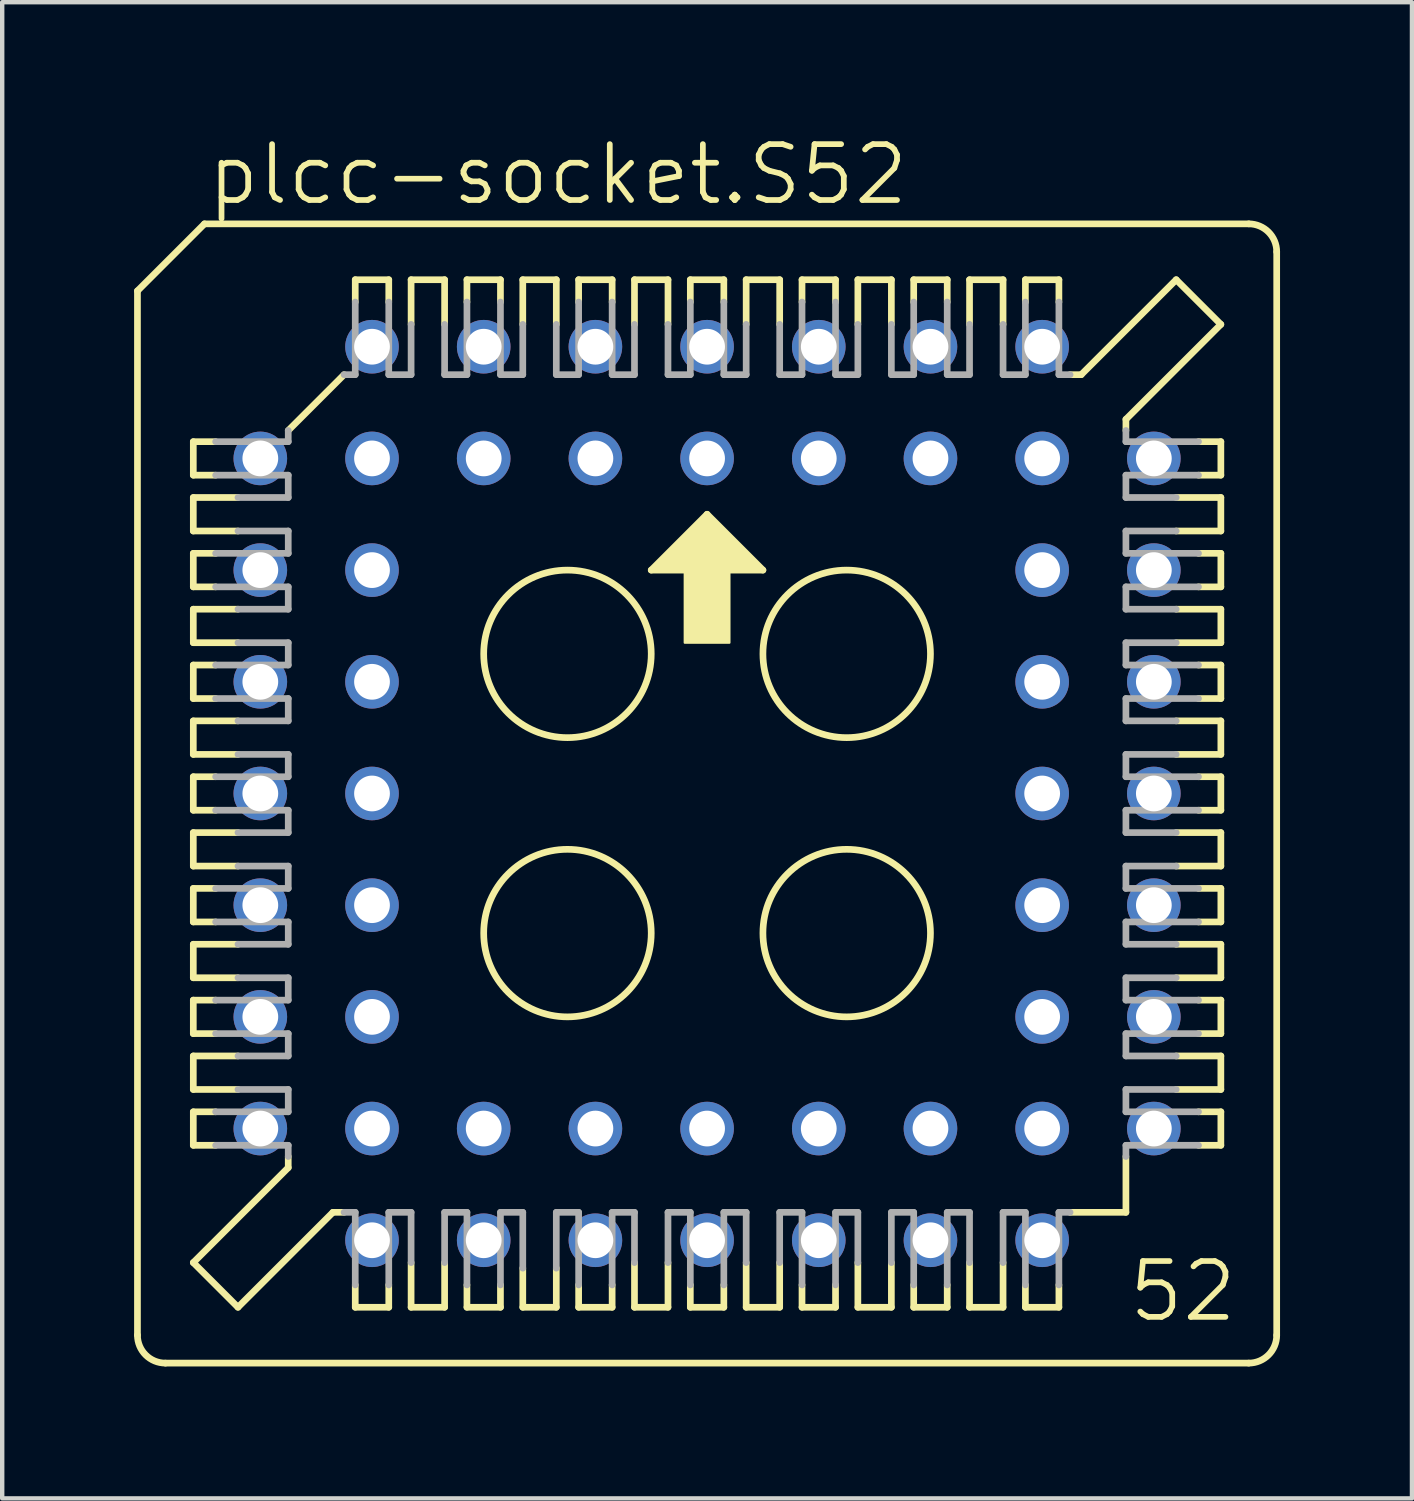
<source format=kicad_pcb>
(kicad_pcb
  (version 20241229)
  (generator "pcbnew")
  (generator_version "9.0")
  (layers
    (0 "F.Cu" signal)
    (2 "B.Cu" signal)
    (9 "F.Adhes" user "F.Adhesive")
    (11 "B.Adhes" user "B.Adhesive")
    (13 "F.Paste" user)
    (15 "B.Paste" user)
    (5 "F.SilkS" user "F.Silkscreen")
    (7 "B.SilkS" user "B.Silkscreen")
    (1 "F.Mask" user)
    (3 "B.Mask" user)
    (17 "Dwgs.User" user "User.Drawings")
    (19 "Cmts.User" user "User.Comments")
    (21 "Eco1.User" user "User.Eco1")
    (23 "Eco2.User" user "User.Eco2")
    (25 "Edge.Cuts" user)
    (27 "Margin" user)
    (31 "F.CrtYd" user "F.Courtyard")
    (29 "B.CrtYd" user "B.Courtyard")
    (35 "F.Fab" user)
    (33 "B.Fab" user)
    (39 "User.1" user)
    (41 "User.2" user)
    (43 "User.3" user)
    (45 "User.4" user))
  (footprint "plcc-socket.S52"
    (layer "F.Cu")
    (at 13.03 14.995)
    (property "Reference" "plcc-socket.S52" (at -11.43 -13.335 0) (layer "F.SilkS") (effects (font (size 1.27 1.27) (thickness 0.13)) (justify left bottom)))
    (attr through_hole)
    (fp_line (start -12.954 -11.43) (end -12.954 12.319) (stroke (width 0.152) (type default)) (layer "F.SilkS"))
    (fp_line (start -11.684 -8.001) (end -11.684 -7.239) (stroke (width 0.152) (type default)) (layer "F.SilkS"))
    (fp_line (start -11.684 -7.239) (end -11.176 -7.239) (stroke (width 0.152) (type default)) (layer "F.SilkS"))
    (fp_line (start -11.684 -6.731) (end -11.684 -5.969) (stroke (width 0.152) (type default)) (layer "F.SilkS"))
    (fp_line (start -11.684 -5.969) (end -10.668 -5.969) (stroke (width 0.152) (type default)) (layer "F.SilkS"))
    (fp_line (start -11.684 -5.461) (end -11.684 -4.699) (stroke (width 0.152) (type default)) (layer "F.SilkS"))
    (fp_line (start -11.684 -4.699) (end -11.176 -4.699) (stroke (width 0.152) (type default)) (layer "F.SilkS"))
    (fp_line (start -11.684 -4.191) (end -11.684 -3.429) (stroke (width 0.152) (type default)) (layer "F.SilkS"))
    (fp_line (start -11.684 -3.429) (end -10.668 -3.429) (stroke (width 0.152) (type default)) (layer "F.SilkS"))
    (fp_line (start -11.684 -2.921) (end -11.684 -2.159) (stroke (width 0.152) (type default)) (layer "F.SilkS"))
    (fp_line (start -11.684 -2.159) (end -11.176 -2.159) (stroke (width 0.152) (type default)) (layer "F.SilkS"))
    (fp_line (start -11.684 -1.651) (end -10.668 -1.651) (stroke (width 0.152) (type default)) (layer "F.SilkS"))
    (fp_line (start -11.684 -0.889) (end -11.684 -1.651) (stroke (width 0.152) (type default)) (layer "F.SilkS"))
    (fp_line (start -11.684 -0.381) (end -11.176 -0.381) (stroke (width 0.152) (type default)) (layer "F.SilkS"))
    (fp_line (start -11.684 0.381) (end -11.684 -0.381) (stroke (width 0.152) (type default)) (layer "F.SilkS"))
    (fp_line (start -11.684 0.889) (end -10.668 0.889) (stroke (width 0.152) (type default)) (layer "F.SilkS"))
    (fp_line (start -11.684 1.651) (end -11.684 0.889) (stroke (width 0.152) (type default)) (layer "F.SilkS"))
    (fp_line (start -11.684 2.159) (end -11.176 2.159) (stroke (width 0.152) (type default)) (layer "F.SilkS"))
    (fp_line (start -11.684 2.921) (end -11.684 2.159) (stroke (width 0.152) (type default)) (layer "F.SilkS"))
    (fp_line (start -11.684 3.429) (end -10.668 3.429) (stroke (width 0.152) (type default)) (layer "F.SilkS"))
    (fp_line (start -11.684 4.191) (end -11.684 3.429) (stroke (width 0.152) (type default)) (layer "F.SilkS"))
    (fp_line (start -11.684 4.699) (end -11.176 4.699) (stroke (width 0.152) (type default)) (layer "F.SilkS"))
    (fp_line (start -11.684 5.461) (end -11.684 4.699) (stroke (width 0.152) (type default)) (layer "F.SilkS"))
    (fp_line (start -11.684 5.969) (end -11.684 6.731) (stroke (width 0.152) (type default)) (layer "F.SilkS"))
    (fp_line (start -11.684 6.731) (end -10.668 6.731) (stroke (width 0.152) (type default)) (layer "F.SilkS"))
    (fp_line (start -11.684 7.239) (end -11.176 7.239) (stroke (width 0.152) (type default)) (layer "F.SilkS"))
    (fp_line (start -11.684 8.001) (end -11.684 7.239) (stroke (width 0.152) (type default)) (layer "F.SilkS"))
    (fp_line (start -11.684 10.668) (end -9.525 8.509) (stroke (width 0.152) (type default)) (layer "F.SilkS"))
    (fp_line (start -11.43 -12.954) (end -12.954 -11.43) (stroke (width 0.152) (type default)) (layer "F.SilkS"))
    (fp_line (start -11.176 -8.001) (end -11.684 -8.001) (stroke (width 0.152) (type default)) (layer "F.SilkS"))
    (fp_line (start -11.176 -5.461) (end -11.684 -5.461) (stroke (width 0.152) (type default)) (layer "F.SilkS"))
    (fp_line (start -11.176 -2.921) (end -11.684 -2.921) (stroke (width 0.152) (type default)) (layer "F.SilkS"))
    (fp_line (start -11.176 0.381) (end -11.684 0.381) (stroke (width 0.152) (type default)) (layer "F.SilkS"))
    (fp_line (start -11.176 2.921) (end -11.684 2.921) (stroke (width 0.152) (type default)) (layer "F.SilkS"))
    (fp_line (start -11.176 5.461) (end -11.684 5.461) (stroke (width 0.152) (type default)) (layer "F.SilkS"))
    (fp_line (start -11.176 8.001) (end -11.684 8.001) (stroke (width 0.152) (type default)) (layer "F.SilkS"))
    (fp_line (start -10.668 -6.731) (end -11.684 -6.731) (stroke (width 0.152) (type default)) (layer "F.SilkS"))
    (fp_line (start -10.668 -4.191) (end -11.684 -4.191) (stroke (width 0.152) (type default)) (layer "F.SilkS"))
    (fp_line (start -10.668 -0.889) (end -11.684 -0.889) (stroke (width 0.152) (type default)) (layer "F.SilkS"))
    (fp_line (start -10.668 1.651) (end -11.684 1.651) (stroke (width 0.152) (type default)) (layer "F.SilkS"))
    (fp_line (start -10.668 4.191) (end -11.684 4.191) (stroke (width 0.152) (type default)) (layer "F.SilkS"))
    (fp_line (start -10.668 5.969) (end -11.684 5.969) (stroke (width 0.152) (type default)) (layer "F.SilkS"))
    (fp_line (start -10.668 11.684) (end -11.684 10.668) (stroke (width 0.152) (type default)) (layer "F.SilkS"))
    (fp_line (start -10.668 11.684) (end -8.509 9.525) (stroke (width 0.152) (type default)) (layer "F.SilkS"))
    (fp_line (start -9.525 -8.255) (end -8.255 -9.525) (stroke (width 0.152) (type default)) (layer "F.SilkS"))
    (fp_line (start -9.525 8.509) (end -9.525 8.255) (stroke (width 0.152) (type default)) (layer "F.SilkS"))
    (fp_line (start -8.509 9.525) (end -8.255 9.525) (stroke (width 0.152) (type default)) (layer "F.SilkS"))
    (fp_line (start -8.001 -11.684) (end -8.001 -11.176) (stroke (width 0.152) (type default)) (layer "F.SilkS"))
    (fp_line (start -8.001 11.176) (end -8.001 11.684) (stroke (width 0.152) (type default)) (layer "F.SilkS"))
    (fp_line (start -8.001 11.684) (end -7.239 11.684) (stroke (width 0.152) (type default)) (layer "F.SilkS"))
    (fp_line (start -7.239 -11.684) (end -8.001 -11.684) (stroke (width 0.152) (type default)) (layer "F.SilkS"))
    (fp_line (start -7.239 -11.176) (end -7.239 -11.684) (stroke (width 0.152) (type default)) (layer "F.SilkS"))
    (fp_line (start -7.239 11.684) (end -7.239 11.176) (stroke (width 0.152) (type default)) (layer "F.SilkS"))
    (fp_line (start -6.731 -11.684) (end -6.731 -10.668) (stroke (width 0.152) (type default)) (layer "F.SilkS"))
    (fp_line (start -6.731 10.668) (end -6.731 11.684) (stroke (width 0.152) (type default)) (layer "F.SilkS"))
    (fp_line (start -6.731 11.684) (end -5.969 11.684) (stroke (width 0.152) (type default)) (layer "F.SilkS"))
    (fp_line (start -5.969 -11.684) (end -6.731 -11.684) (stroke (width 0.152) (type default)) (layer "F.SilkS"))
    (fp_line (start -5.969 -10.668) (end -5.969 -11.684) (stroke (width 0.152) (type default)) (layer "F.SilkS"))
    (fp_line (start -5.969 11.684) (end -5.969 10.668) (stroke (width 0.152) (type default)) (layer "F.SilkS"))
    (fp_line (start -5.461 -11.684) (end -5.461 -11.176) (stroke (width 0.152) (type default)) (layer "F.SilkS"))
    (fp_line (start -5.461 11.176) (end -5.461 11.684) (stroke (width 0.152) (type default)) (layer "F.SilkS"))
    (fp_line (start -5.461 11.684) (end -4.699 11.684) (stroke (width 0.152) (type default)) (layer "F.SilkS"))
    (fp_line (start -4.699 -11.684) (end -5.461 -11.684) (stroke (width 0.152) (type default)) (layer "F.SilkS"))
    (fp_line (start -4.699 -11.176) (end -4.699 -11.684) (stroke (width 0.152) (type default)) (layer "F.SilkS"))
    (fp_line (start -4.699 11.684) (end -4.699 11.176) (stroke (width 0.152) (type default)) (layer "F.SilkS"))
    (fp_line (start -4.191 -11.684) (end -4.191 -10.668) (stroke (width 0.152) (type default)) (layer "F.SilkS"))
    (fp_line (start -4.191 10.795) (end -4.191 11.684) (stroke (width 0.152) (type default)) (layer "F.SilkS"))
    (fp_line (start -4.191 11.684) (end -3.429 11.684) (stroke (width 0.152) (type default)) (layer "F.SilkS"))
    (fp_line (start -3.429 -11.684) (end -4.191 -11.684) (stroke (width 0.152) (type default)) (layer "F.SilkS"))
    (fp_line (start -3.429 -10.668) (end -3.429 -11.684) (stroke (width 0.152) (type default)) (layer "F.SilkS"))
    (fp_line (start -3.429 11.684) (end -3.429 10.795) (stroke (width 0.152) (type default)) (layer "F.SilkS"))
    (fp_line (start -2.921 -11.684) (end -2.921 -11.176) (stroke (width 0.152) (type default)) (layer "F.SilkS"))
    (fp_line (start -2.921 11.176) (end -2.921 11.684) (stroke (width 0.152) (type default)) (layer "F.SilkS"))
    (fp_line (start -2.921 11.684) (end -2.159 11.684) (stroke (width 0.152) (type default)) (layer "F.SilkS"))
    (fp_line (start -2.159 -11.684) (end -2.921 -11.684) (stroke (width 0.152) (type default)) (layer "F.SilkS"))
    (fp_line (start -2.159 -11.176) (end -2.159 -11.684) (stroke (width 0.152) (type default)) (layer "F.SilkS"))
    (fp_line (start -2.159 11.684) (end -2.159 11.176) (stroke (width 0.152) (type default)) (layer "F.SilkS"))
    (fp_line (start -1.651 -11.684) (end -1.651 -10.668) (stroke (width 0.152) (type default)) (layer "F.SilkS"))
    (fp_line (start -1.651 10.668) (end -1.651 11.684) (stroke (width 0.152) (type default)) (layer "F.SilkS"))
    (fp_line (start -1.651 11.684) (end -0.889 11.684) (stroke (width 0.152) (type default)) (layer "F.SilkS"))
    (fp_line (start -1.27 -5.08) (end 1.27 -5.08) (stroke (width 0.152) (type default)) (layer "F.SilkS"))
    (fp_line (start -0.889 -11.684) (end -1.651 -11.684) (stroke (width 0.152) (type default)) (layer "F.SilkS"))
    (fp_line (start -0.889 -10.668) (end -0.889 -11.684) (stroke (width 0.152) (type default)) (layer "F.SilkS"))
    (fp_line (start -0.889 11.684) (end -0.889 10.668) (stroke (width 0.152) (type default)) (layer "F.SilkS"))
    (fp_line (start -0.381 -11.684) (end -0.381 -11.176) (stroke (width 0.152) (type default)) (layer "F.SilkS"))
    (fp_line (start -0.381 11.176) (end -0.381 11.684) (stroke (width 0.152) (type default)) (layer "F.SilkS"))
    (fp_line (start -0.381 11.684) (end 0.381 11.684) (stroke (width 0.152) (type default)) (layer "F.SilkS"))
    (fp_line (start 0 -6.35) (end -1.27 -5.08) (stroke (width 0.152) (type default)) (layer "F.SilkS"))
    (fp_line (start 0.381 -11.684) (end -0.381 -11.684) (stroke (width 0.152) (type default)) (layer "F.SilkS"))
    (fp_line (start 0.381 -11.176) (end 0.381 -11.684) (stroke (width 0.152) (type default)) (layer "F.SilkS"))
    (fp_line (start 0.381 11.684) (end 0.381 11.176) (stroke (width 0.152) (type default)) (layer "F.SilkS"))
    (fp_line (start 0.889 -11.684) (end 0.889 -10.668) (stroke (width 0.152) (type default)) (layer "F.SilkS"))
    (fp_line (start 0.889 10.668) (end 0.889 11.684) (stroke (width 0.152) (type default)) (layer "F.SilkS"))
    (fp_line (start 0.889 11.684) (end 1.651 11.684) (stroke (width 0.152) (type default)) (layer "F.SilkS"))
    (fp_line (start 1.27 -5.08) (end 0 -6.35) (stroke (width 0.152) (type default)) (layer "F.SilkS"))
    (fp_line (start 1.651 -11.684) (end 0.889 -11.684) (stroke (width 0.152) (type default)) (layer "F.SilkS"))
    (fp_line (start 1.651 -10.668) (end 1.651 -11.684) (stroke (width 0.152) (type default)) (layer "F.SilkS"))
    (fp_line (start 1.651 11.684) (end 1.651 10.668) (stroke (width 0.152) (type default)) (layer "F.SilkS"))
    (fp_line (start 2.159 -11.684) (end 2.159 -11.176) (stroke (width 0.152) (type default)) (layer "F.SilkS"))
    (fp_line (start 2.159 11.176) (end 2.159 11.684) (stroke (width 0.152) (type default)) (layer "F.SilkS"))
    (fp_line (start 2.159 11.684) (end 2.921 11.684) (stroke (width 0.152) (type default)) (layer "F.SilkS"))
    (fp_line (start 2.921 -11.684) (end 2.159 -11.684) (stroke (width 0.152) (type default)) (layer "F.SilkS"))
    (fp_line (start 2.921 -11.176) (end 2.921 -11.684) (stroke (width 0.152) (type default)) (layer "F.SilkS"))
    (fp_line (start 2.921 11.684) (end 2.921 11.176) (stroke (width 0.152) (type default)) (layer "F.SilkS"))
    (fp_line (start 3.429 -11.684) (end 3.429 -10.668) (stroke (width 0.152) (type default)) (layer "F.SilkS"))
    (fp_line (start 3.429 10.668) (end 3.429 11.684) (stroke (width 0.152) (type default)) (layer "F.SilkS"))
    (fp_line (start 3.429 11.684) (end 4.191 11.684) (stroke (width 0.152) (type default)) (layer "F.SilkS"))
    (fp_line (start 4.191 -11.684) (end 3.429 -11.684) (stroke (width 0.152) (type default)) (layer "F.SilkS"))
    (fp_line (start 4.191 -10.668) (end 4.191 -11.684) (stroke (width 0.152) (type default)) (layer "F.SilkS"))
    (fp_line (start 4.191 11.684) (end 4.191 10.668) (stroke (width 0.152) (type default)) (layer "F.SilkS"))
    (fp_line (start 4.699 -11.684) (end 4.699 -11.176) (stroke (width 0.152) (type default)) (layer "F.SilkS"))
    (fp_line (start 4.699 11.176) (end 4.699 11.684) (stroke (width 0.152) (type default)) (layer "F.SilkS"))
    (fp_line (start 4.699 11.684) (end 5.461 11.684) (stroke (width 0.152) (type default)) (layer "F.SilkS"))
    (fp_line (start 5.461 -11.684) (end 4.699 -11.684) (stroke (width 0.152) (type default)) (layer "F.SilkS"))
    (fp_line (start 5.461 -11.176) (end 5.461 -11.684) (stroke (width 0.152) (type default)) (layer "F.SilkS"))
    (fp_line (start 5.461 11.684) (end 5.461 11.176) (stroke (width 0.152) (type default)) (layer "F.SilkS"))
    (fp_line (start 5.969 -11.684) (end 5.969 -10.668) (stroke (width 0.152) (type default)) (layer "F.SilkS"))
    (fp_line (start 5.969 10.668) (end 5.969 11.684) (stroke (width 0.152) (type default)) (layer "F.SilkS"))
    (fp_line (start 5.969 11.684) (end 6.731 11.684) (stroke (width 0.152) (type default)) (layer "F.SilkS"))
    (fp_line (start 6.731 -11.684) (end 5.969 -11.684) (stroke (width 0.152) (type default)) (layer "F.SilkS"))
    (fp_line (start 6.731 -10.668) (end 6.731 -11.684) (stroke (width 0.152) (type default)) (layer "F.SilkS"))
    (fp_line (start 6.731 11.684) (end 6.731 10.668) (stroke (width 0.152) (type default)) (layer "F.SilkS"))
    (fp_line (start 7.239 -11.684) (end 7.239 -11.176) (stroke (width 0.152) (type default)) (layer "F.SilkS"))
    (fp_line (start 7.239 11.176) (end 7.239 11.684) (stroke (width 0.152) (type default)) (layer "F.SilkS"))
    (fp_line (start 7.239 11.684) (end 8.001 11.684) (stroke (width 0.152) (type default)) (layer "F.SilkS"))
    (fp_line (start 8.001 -11.684) (end 7.239 -11.684) (stroke (width 0.152) (type default)) (layer "F.SilkS"))
    (fp_line (start 8.001 -11.176) (end 8.001 -11.684) (stroke (width 0.152) (type default)) (layer "F.SilkS"))
    (fp_line (start 8.001 11.684) (end 8.001 11.176) (stroke (width 0.152) (type default)) (layer "F.SilkS"))
    (fp_line (start 8.255 9.525) (end 9.525 9.525) (stroke (width 0.152) (type default)) (layer "F.SilkS"))
    (fp_line (start 8.509 -9.525) (end 8.255 -9.525) (stroke (width 0.152) (type default)) (layer "F.SilkS"))
    (fp_line (start 9.525 -8.509) (end 9.525 -8.255) (stroke (width 0.152) (type default)) (layer "F.SilkS"))
    (fp_line (start 9.525 9.525) (end 9.525 8.255) (stroke (width 0.152) (type default)) (layer "F.SilkS"))
    (fp_line (start 10.668 -11.684) (end 8.509 -9.525) (stroke (width 0.152) (type default)) (layer "F.SilkS"))
    (fp_line (start 10.668 -5.969) (end 11.684 -5.969) (stroke (width 0.152) (type default)) (layer "F.SilkS"))
    (fp_line (start 10.668 -4.191) (end 11.684 -4.191) (stroke (width 0.152) (type default)) (layer "F.SilkS"))
    (fp_line (start 10.668 -1.651) (end 11.684 -1.651) (stroke (width 0.152) (type default)) (layer "F.SilkS"))
    (fp_line (start 10.668 0.889) (end 11.684 0.889) (stroke (width 0.152) (type default)) (layer "F.SilkS"))
    (fp_line (start 10.668 4.191) (end 11.684 4.191) (stroke (width 0.152) (type default)) (layer "F.SilkS"))
    (fp_line (start 10.668 6.731) (end 11.684 6.731) (stroke (width 0.152) (type default)) (layer "F.SilkS"))
    (fp_line (start 11.176 -8.001) (end 11.684 -8.001) (stroke (width 0.152) (type default)) (layer "F.SilkS"))
    (fp_line (start 11.176 -5.461) (end 11.684 -5.461) (stroke (width 0.152) (type default)) (layer "F.SilkS"))
    (fp_line (start 11.176 -2.921) (end 11.684 -2.921) (stroke (width 0.152) (type default)) (layer "F.SilkS"))
    (fp_line (start 11.176 -0.381) (end 11.684 -0.381) (stroke (width 0.152) (type default)) (layer "F.SilkS"))
    (fp_line (start 11.176 2.921) (end 11.684 2.921) (stroke (width 0.152) (type default)) (layer "F.SilkS"))
    (fp_line (start 11.176 5.461) (end 11.684 5.461) (stroke (width 0.152) (type default)) (layer "F.SilkS"))
    (fp_line (start 11.176 8.001) (end 11.684 8.001) (stroke (width 0.152) (type default)) (layer "F.SilkS"))
    (fp_line (start 11.684 -10.668) (end 9.525 -8.509) (stroke (width 0.152) (type default)) (layer "F.SilkS"))
    (fp_line (start 11.684 -10.668) (end 10.668 -11.684) (stroke (width 0.152) (type default)) (layer "F.SilkS"))
    (fp_line (start 11.684 -8.001) (end 11.684 -7.239) (stroke (width 0.152) (type default)) (layer "F.SilkS"))
    (fp_line (start 11.684 -7.239) (end 11.176 -7.239) (stroke (width 0.152) (type default)) (layer "F.SilkS"))
    (fp_line (start 11.684 -6.731) (end 10.668 -6.731) (stroke (width 0.152) (type default)) (layer "F.SilkS"))
    (fp_line (start 11.684 -5.969) (end 11.684 -6.731) (stroke (width 0.152) (type default)) (layer "F.SilkS"))
    (fp_line (start 11.684 -5.461) (end 11.684 -4.699) (stroke (width 0.152) (type default)) (layer "F.SilkS"))
    (fp_line (start 11.684 -4.699) (end 11.176 -4.699) (stroke (width 0.152) (type default)) (layer "F.SilkS"))
    (fp_line (start 11.684 -4.191) (end 11.684 -3.429) (stroke (width 0.152) (type default)) (layer "F.SilkS"))
    (fp_line (start 11.684 -3.429) (end 10.668 -3.429) (stroke (width 0.152) (type default)) (layer "F.SilkS"))
    (fp_line (start 11.684 -2.921) (end 11.684 -2.159) (stroke (width 0.152) (type default)) (layer "F.SilkS"))
    (fp_line (start 11.684 -2.159) (end 11.176 -2.159) (stroke (width 0.152) (type default)) (layer "F.SilkS"))
    (fp_line (start 11.684 -1.651) (end 11.684 -0.889) (stroke (width 0.152) (type default)) (layer "F.SilkS"))
    (fp_line (start 11.684 -0.889) (end 10.668 -0.889) (stroke (width 0.152) (type default)) (layer "F.SilkS"))
    (fp_line (start 11.684 -0.381) (end 11.684 0.381) (stroke (width 0.152) (type default)) (layer "F.SilkS"))
    (fp_line (start 11.684 0.381) (end 11.176 0.381) (stroke (width 0.152) (type default)) (layer "F.SilkS"))
    (fp_line (start 11.684 0.889) (end 11.684 1.651) (stroke (width 0.152) (type default)) (layer "F.SilkS"))
    (fp_line (start 11.684 1.651) (end 10.668 1.651) (stroke (width 0.152) (type default)) (layer "F.SilkS"))
    (fp_line (start 11.684 2.159) (end 11.176 2.159) (stroke (width 0.152) (type default)) (layer "F.SilkS"))
    (fp_line (start 11.684 2.921) (end 11.684 2.159) (stroke (width 0.152) (type default)) (layer "F.SilkS"))
    (fp_line (start 11.684 3.429) (end 10.668 3.429) (stroke (width 0.152) (type default)) (layer "F.SilkS"))
    (fp_line (start 11.684 4.191) (end 11.684 3.429) (stroke (width 0.152) (type default)) (layer "F.SilkS"))
    (fp_line (start 11.684 4.699) (end 11.176 4.699) (stroke (width 0.152) (type default)) (layer "F.SilkS"))
    (fp_line (start 11.684 5.461) (end 11.684 4.699) (stroke (width 0.152) (type default)) (layer "F.SilkS"))
    (fp_line (start 11.684 5.969) (end 10.668 5.969) (stroke (width 0.152) (type default)) (layer "F.SilkS"))
    (fp_line (start 11.684 6.731) (end 11.684 5.969) (stroke (width 0.152) (type default)) (layer "F.SilkS"))
    (fp_line (start 11.684 7.239) (end 11.176 7.239) (stroke (width 0.152) (type default)) (layer "F.SilkS"))
    (fp_line (start 11.684 8.001) (end 11.684 7.239) (stroke (width 0.152) (type default)) (layer "F.SilkS"))
    (fp_line (start 12.319 -12.954) (end -11.43 -12.954) (stroke (width 0.152) (type default)) (layer "F.SilkS"))
    (fp_line (start 12.319 12.954) (end -12.319 12.954) (stroke (width 0.152) (type default)) (layer "F.SilkS"))
    (fp_line (start 12.954 -12.319) (end 12.954 12.319) (stroke (width 0.152) (type default)) (layer "F.SilkS"))
    (fp_rect (start -1.143 -5.08) (end -0.889 -5.207) (stroke (width 0.05) (type default)) (fill yes) (layer "F.SilkS"))
    (fp_rect (start -1.016 -5.207) (end -0.889 -5.334) (stroke (width 0.05) (type default)) (fill yes) (layer "F.SilkS"))
    (fp_rect (start -0.889 -5.08) (end 0.889 -5.461) (stroke (width 0.05) (type default)) (fill yes) (layer "F.SilkS"))
    (fp_rect (start -0.762 -5.461) (end -0.635 -5.588) (stroke (width 0.05) (type default)) (fill yes) (layer "F.SilkS"))
    (fp_rect (start -0.635 -5.461) (end 0.635 -5.715) (stroke (width 0.05) (type default)) (fill yes) (layer "F.SilkS"))
    (fp_rect (start -0.508 -5.715) (end -0.381 -5.842) (stroke (width 0.05) (type default)) (fill yes) (layer "F.SilkS"))
    (fp_rect (start -0.508 -3.429) (end 0.508 -5.334) (stroke (width 0.05) (type default)) (fill yes) (layer "F.SilkS"))
    (fp_rect (start -0.381 -5.715) (end 0.381 -5.969) (stroke (width 0.05) (type default)) (fill yes) (layer "F.SilkS"))
    (fp_rect (start -0.254 -5.969) (end -0.127 -6.096) (stroke (width 0.05) (type default)) (fill yes) (layer "F.SilkS"))
    (fp_rect (start -0.127 -5.969) (end 0.127 -6.223) (stroke (width 0.05) (type default)) (fill yes) (layer "F.SilkS"))
    (fp_rect (start 0.127 -5.969) (end 0.254 -6.096) (stroke (width 0.05) (type default)) (fill yes) (layer "F.SilkS"))
    (fp_rect (start 0.381 -5.715) (end 0.508 -5.842) (stroke (width 0.05) (type default)) (fill yes) (layer "F.SilkS"))
    (fp_rect (start 0.635 -5.461) (end 0.762 -5.588) (stroke (width 0.05) (type default)) (fill yes) (layer "F.SilkS"))
    (fp_rect (start 0.889 -5.207) (end 1.016 -5.334) (stroke (width 0.05) (type default)) (fill yes) (layer "F.SilkS"))
    (fp_rect (start 0.889 -5.08) (end 1.143 -5.207) (stroke (width 0.05) (type default)) (fill yes) (layer "F.SilkS"))
    (fp_arc (start -12.319 12.954) (mid -12.768013 12.768013) (end -12.954 12.319) (stroke (width 0.1524) (type default)) (layer "F.SilkS"))
    (fp_arc (start 12.319 -12.954) (mid 12.768013 -12.768013) (end 12.954 -12.319) (stroke (width 0.1524) (type default)) (layer "F.SilkS"))
    (fp_arc (start 12.954 12.319) (mid 12.768013 12.768013) (end 12.319 12.954) (stroke (width 0.1524) (type default)) (layer "F.SilkS"))
    (fp_circle (center -3.175 -3.175) (end -1.27 -3.175) (stroke (width 0.152) (type default)) (fill no) (layer "F.SilkS"))
    (fp_circle (center -3.175 3.175) (end -1.27 3.175) (stroke (width 0.152) (type default)) (fill no) (layer "F.SilkS"))
    (fp_circle (center 3.175 -3.175) (end 5.08 -3.175) (stroke (width 0.152) (type default)) (fill no) (layer "F.SilkS"))
    (fp_circle (center 3.175 3.175) (end 5.08 3.175) (stroke (width 0.152) (type default)) (fill no) (layer "F.SilkS"))
    (fp_line (start -11.176 -8.001) (end -9.525 -8.001) (stroke (width 0.152) (type default)) (layer "F.Fab"))
    (fp_line (start -11.176 -5.461) (end -9.525 -5.461) (stroke (width 0.152) (type default)) (layer "F.Fab"))
    (fp_line (start -11.176 -2.921) (end -9.525 -2.921) (stroke (width 0.152) (type default)) (layer "F.Fab"))
    (fp_line (start -11.176 0.381) (end -9.525 0.381) (stroke (width 0.152) (type default)) (layer "F.Fab"))
    (fp_line (start -11.176 2.921) (end -9.525 2.921) (stroke (width 0.152) (type default)) (layer "F.Fab"))
    (fp_line (start -11.176 5.461) (end -9.525 5.461) (stroke (width 0.152) (type default)) (layer "F.Fab"))
    (fp_line (start -11.176 8.001) (end -9.525 8.001) (stroke (width 0.152) (type default)) (layer "F.Fab"))
    (fp_line (start -10.668 -6.731) (end -9.525 -6.731) (stroke (width 0.152) (type default)) (layer "F.Fab"))
    (fp_line (start -10.668 -4.191) (end -9.525 -4.191) (stroke (width 0.152) (type default)) (layer "F.Fab"))
    (fp_line (start -10.668 -0.889) (end -9.525 -0.889) (stroke (width 0.152) (type default)) (layer "F.Fab"))
    (fp_line (start -10.668 1.651) (end -9.525 1.651) (stroke (width 0.152) (type default)) (layer "F.Fab"))
    (fp_line (start -10.668 4.191) (end -9.525 4.191) (stroke (width 0.152) (type default)) (layer "F.Fab"))
    (fp_line (start -10.668 5.969) (end -9.525 5.969) (stroke (width 0.152) (type default)) (layer "F.Fab"))
    (fp_line (start -9.525 -8.001) (end -9.525 -8.255) (stroke (width 0.152) (type default)) (layer "F.Fab"))
    (fp_line (start -9.525 -7.239) (end -11.176 -7.239) (stroke (width 0.152) (type default)) (layer "F.Fab"))
    (fp_line (start -9.525 -7.239) (end -9.525 -6.731) (stroke (width 0.152) (type default)) (layer "F.Fab"))
    (fp_line (start -9.525 -5.969) (end -10.668 -5.969) (stroke (width 0.152) (type default)) (layer "F.Fab"))
    (fp_line (start -9.525 -5.969) (end -9.525 -5.461) (stroke (width 0.152) (type default)) (layer "F.Fab"))
    (fp_line (start -9.525 -4.699) (end -11.176 -4.699) (stroke (width 0.152) (type default)) (layer "F.Fab"))
    (fp_line (start -9.525 -4.699) (end -9.525 -4.191) (stroke (width 0.152) (type default)) (layer "F.Fab"))
    (fp_line (start -9.525 -3.429) (end -10.668 -3.429) (stroke (width 0.152) (type default)) (layer "F.Fab"))
    (fp_line (start -9.525 -3.429) (end -9.525 -2.921) (stroke (width 0.152) (type default)) (layer "F.Fab"))
    (fp_line (start -9.525 -2.159) (end -11.176 -2.159) (stroke (width 0.152) (type default)) (layer "F.Fab"))
    (fp_line (start -9.525 -2.159) (end -9.525 -1.651) (stroke (width 0.152) (type default)) (layer "F.Fab"))
    (fp_line (start -9.525 -1.651) (end -10.668 -1.651) (stroke (width 0.152) (type default)) (layer "F.Fab"))
    (fp_line (start -9.525 -0.381) (end -11.176 -0.381) (stroke (width 0.152) (type default)) (layer "F.Fab"))
    (fp_line (start -9.525 -0.381) (end -9.525 -0.889) (stroke (width 0.152) (type default)) (layer "F.Fab"))
    (fp_line (start -9.525 0.889) (end -10.668 0.889) (stroke (width 0.152) (type default)) (layer "F.Fab"))
    (fp_line (start -9.525 0.889) (end -9.525 0.381) (stroke (width 0.152) (type default)) (layer "F.Fab"))
    (fp_line (start -9.525 2.159) (end -11.176 2.159) (stroke (width 0.152) (type default)) (layer "F.Fab"))
    (fp_line (start -9.525 2.159) (end -9.525 1.651) (stroke (width 0.152) (type default)) (layer "F.Fab"))
    (fp_line (start -9.525 3.429) (end -10.668 3.429) (stroke (width 0.152) (type default)) (layer "F.Fab"))
    (fp_line (start -9.525 3.429) (end -9.525 2.921) (stroke (width 0.152) (type default)) (layer "F.Fab"))
    (fp_line (start -9.525 4.699) (end -11.176 4.699) (stroke (width 0.152) (type default)) (layer "F.Fab"))
    (fp_line (start -9.525 4.699) (end -9.525 4.191) (stroke (width 0.152) (type default)) (layer "F.Fab"))
    (fp_line (start -9.525 5.461) (end -9.525 5.969) (stroke (width 0.152) (type default)) (layer "F.Fab"))
    (fp_line (start -9.525 6.731) (end -10.668 6.731) (stroke (width 0.152) (type default)) (layer "F.Fab"))
    (fp_line (start -9.525 6.731) (end -9.525 7.239) (stroke (width 0.152) (type default)) (layer "F.Fab"))
    (fp_line (start -9.525 7.239) (end -11.176 7.239) (stroke (width 0.152) (type default)) (layer "F.Fab"))
    (fp_line (start -9.525 8.001) (end -9.525 8.255) (stroke (width 0.152) (type default)) (layer "F.Fab"))
    (fp_line (start -8.255 -9.525) (end -8.001 -9.525) (stroke (width 0.152) (type default)) (layer "F.Fab"))
    (fp_line (start -8.001 -9.525) (end -8.001 -11.176) (stroke (width 0.152) (type default)) (layer "F.Fab"))
    (fp_line (start -8.001 9.525) (end -8.255 9.525) (stroke (width 0.152) (type default)) (layer "F.Fab"))
    (fp_line (start -8.001 11.176) (end -8.001 9.525) (stroke (width 0.152) (type default)) (layer "F.Fab"))
    (fp_line (start -7.239 -11.176) (end -7.239 -9.525) (stroke (width 0.152) (type default)) (layer "F.Fab"))
    (fp_line (start -7.239 9.525) (end -7.239 11.176) (stroke (width 0.152) (type default)) (layer "F.Fab"))
    (fp_line (start -7.239 9.525) (end -6.731 9.525) (stroke (width 0.152) (type default)) (layer "F.Fab"))
    (fp_line (start -6.731 -9.525) (end -7.239 -9.525) (stroke (width 0.152) (type default)) (layer "F.Fab"))
    (fp_line (start -6.731 -9.525) (end -6.731 -10.668) (stroke (width 0.152) (type default)) (layer "F.Fab"))
    (fp_line (start -6.731 10.668) (end -6.731 9.525) (stroke (width 0.152) (type default)) (layer "F.Fab"))
    (fp_line (start -5.969 -10.668) (end -5.969 -9.525) (stroke (width 0.152) (type default)) (layer "F.Fab"))
    (fp_line (start -5.969 9.525) (end -5.969 10.668) (stroke (width 0.152) (type default)) (layer "F.Fab"))
    (fp_line (start -5.969 9.525) (end -5.461 9.525) (stroke (width 0.152) (type default)) (layer "F.Fab"))
    (fp_line (start -5.461 -9.525) (end -5.969 -9.525) (stroke (width 0.152) (type default)) (layer "F.Fab"))
    (fp_line (start -5.461 -9.525) (end -5.461 -11.176) (stroke (width 0.152) (type default)) (layer "F.Fab"))
    (fp_line (start -5.461 11.176) (end -5.461 9.525) (stroke (width 0.152) (type default)) (layer "F.Fab"))
    (fp_line (start -4.699 -11.176) (end -4.699 -9.525) (stroke (width 0.152) (type default)) (layer "F.Fab"))
    (fp_line (start -4.699 9.525) (end -4.699 11.176) (stroke (width 0.152) (type default)) (layer "F.Fab"))
    (fp_line (start -4.699 9.525) (end -4.191 9.525) (stroke (width 0.152) (type default)) (layer "F.Fab"))
    (fp_line (start -4.191 -9.525) (end -4.699 -9.525) (stroke (width 0.152) (type default)) (layer "F.Fab"))
    (fp_line (start -4.191 -9.525) (end -4.191 -10.668) (stroke (width 0.152) (type default)) (layer "F.Fab"))
    (fp_line (start -4.191 10.795) (end -4.191 9.525) (stroke (width 0.152) (type default)) (layer "F.Fab"))
    (fp_line (start -3.429 -10.668) (end -3.429 -9.525) (stroke (width 0.152) (type default)) (layer "F.Fab"))
    (fp_line (start -3.429 9.525) (end -3.429 10.795) (stroke (width 0.152) (type default)) (layer "F.Fab"))
    (fp_line (start -3.429 9.525) (end -2.921 9.525) (stroke (width 0.152) (type default)) (layer "F.Fab"))
    (fp_line (start -2.921 -9.525) (end -3.429 -9.525) (stroke (width 0.152) (type default)) (layer "F.Fab"))
    (fp_line (start -2.921 -9.525) (end -2.921 -11.176) (stroke (width 0.152) (type default)) (layer "F.Fab"))
    (fp_line (start -2.921 11.176) (end -2.921 9.525) (stroke (width 0.152) (type default)) (layer "F.Fab"))
    (fp_line (start -2.159 -11.176) (end -2.159 -9.525) (stroke (width 0.152) (type default)) (layer "F.Fab"))
    (fp_line (start -2.159 9.525) (end -2.159 11.176) (stroke (width 0.152) (type default)) (layer "F.Fab"))
    (fp_line (start -2.159 9.525) (end -1.651 9.525) (stroke (width 0.152) (type default)) (layer "F.Fab"))
    (fp_line (start -1.651 -9.525) (end -2.159 -9.525) (stroke (width 0.152) (type default)) (layer "F.Fab"))
    (fp_line (start -1.651 -9.525) (end -1.651 -10.668) (stroke (width 0.152) (type default)) (layer "F.Fab"))
    (fp_line (start -1.651 10.668) (end -1.651 9.525) (stroke (width 0.152) (type default)) (layer "F.Fab"))
    (fp_line (start -0.889 -10.668) (end -0.889 -9.525) (stroke (width 0.152) (type default)) (layer "F.Fab"))
    (fp_line (start -0.889 9.525) (end -0.889 10.668) (stroke (width 0.152) (type default)) (layer "F.Fab"))
    (fp_line (start -0.889 9.525) (end -0.381 9.525) (stroke (width 0.152) (type default)) (layer "F.Fab"))
    (fp_line (start -0.381 -9.525) (end -0.889 -9.525) (stroke (width 0.152) (type default)) (layer "F.Fab"))
    (fp_line (start -0.381 -9.525) (end -0.381 -11.176) (stroke (width 0.152) (type default)) (layer "F.Fab"))
    (fp_line (start -0.381 11.176) (end -0.381 9.525) (stroke (width 0.152) (type default)) (layer "F.Fab"))
    (fp_line (start 0.381 -11.176) (end 0.381 -9.525) (stroke (width 0.152) (type default)) (layer "F.Fab"))
    (fp_line (start 0.381 9.525) (end 0.381 11.176) (stroke (width 0.152) (type default)) (layer "F.Fab"))
    (fp_line (start 0.381 9.525) (end 0.889 9.525) (stroke (width 0.152) (type default)) (layer "F.Fab"))
    (fp_line (start 0.889 -9.525) (end 0.381 -9.525) (stroke (width 0.152) (type default)) (layer "F.Fab"))
    (fp_line (start 0.889 -9.525) (end 0.889 -10.668) (stroke (width 0.152) (type default)) (layer "F.Fab"))
    (fp_line (start 0.889 10.668) (end 0.889 9.525) (stroke (width 0.152) (type default)) (layer "F.Fab"))
    (fp_line (start 1.651 -10.668) (end 1.651 -9.525) (stroke (width 0.152) (type default)) (layer "F.Fab"))
    (fp_line (start 1.651 9.525) (end 1.651 10.668) (stroke (width 0.152) (type default)) (layer "F.Fab"))
    (fp_line (start 1.651 9.525) (end 2.159 9.525) (stroke (width 0.152) (type default)) (layer "F.Fab"))
    (fp_line (start 2.159 -9.525) (end 1.651 -9.525) (stroke (width 0.152) (type default)) (layer "F.Fab"))
    (fp_line (start 2.159 -9.525) (end 2.159 -11.176) (stroke (width 0.152) (type default)) (layer "F.Fab"))
    (fp_line (start 2.159 11.176) (end 2.159 9.525) (stroke (width 0.152) (type default)) (layer "F.Fab"))
    (fp_line (start 2.921 -11.176) (end 2.921 -9.525) (stroke (width 0.152) (type default)) (layer "F.Fab"))
    (fp_line (start 2.921 9.525) (end 2.921 11.176) (stroke (width 0.152) (type default)) (layer "F.Fab"))
    (fp_line (start 2.921 9.525) (end 3.429 9.525) (stroke (width 0.152) (type default)) (layer "F.Fab"))
    (fp_line (start 3.429 -9.525) (end 2.921 -9.525) (stroke (width 0.152) (type default)) (layer "F.Fab"))
    (fp_line (start 3.429 -9.525) (end 3.429 -10.668) (stroke (width 0.152) (type default)) (layer "F.Fab"))
    (fp_line (start 3.429 10.668) (end 3.429 9.525) (stroke (width 0.152) (type default)) (layer "F.Fab"))
    (fp_line (start 4.191 -10.668) (end 4.191 -9.525) (stroke (width 0.152) (type default)) (layer "F.Fab"))
    (fp_line (start 4.191 9.525) (end 4.191 10.668) (stroke (width 0.152) (type default)) (layer "F.Fab"))
    (fp_line (start 4.191 9.525) (end 4.699 9.525) (stroke (width 0.152) (type default)) (layer "F.Fab"))
    (fp_line (start 4.699 -9.525) (end 4.191 -9.525) (stroke (width 0.152) (type default)) (layer "F.Fab"))
    (fp_line (start 4.699 -9.525) (end 4.699 -11.176) (stroke (width 0.152) (type default)) (layer "F.Fab"))
    (fp_line (start 4.699 11.176) (end 4.699 9.525) (stroke (width 0.152) (type default)) (layer "F.Fab"))
    (fp_line (start 5.461 -11.176) (end 5.461 -9.525) (stroke (width 0.152) (type default)) (layer "F.Fab"))
    (fp_line (start 5.461 9.525) (end 5.461 11.176) (stroke (width 0.152) (type default)) (layer "F.Fab"))
    (fp_line (start 5.461 9.525) (end 5.969 9.525) (stroke (width 0.152) (type default)) (layer "F.Fab"))
    (fp_line (start 5.969 -9.525) (end 5.461 -9.525) (stroke (width 0.152) (type default)) (layer "F.Fab"))
    (fp_line (start 5.969 -9.525) (end 5.969 -10.668) (stroke (width 0.152) (type default)) (layer "F.Fab"))
    (fp_line (start 5.969 10.668) (end 5.969 9.525) (stroke (width 0.152) (type default)) (layer "F.Fab"))
    (fp_line (start 6.731 -10.668) (end 6.731 -9.525) (stroke (width 0.152) (type default)) (layer "F.Fab"))
    (fp_line (start 6.731 9.525) (end 6.731 10.668) (stroke (width 0.152) (type default)) (layer "F.Fab"))
    (fp_line (start 6.731 9.525) (end 7.239 9.525) (stroke (width 0.152) (type default)) (layer "F.Fab"))
    (fp_line (start 7.239 -9.525) (end 6.731 -9.525) (stroke (width 0.152) (type default)) (layer "F.Fab"))
    (fp_line (start 7.239 -9.525) (end 7.239 -11.176) (stroke (width 0.152) (type default)) (layer "F.Fab"))
    (fp_line (start 7.239 11.176) (end 7.239 9.525) (stroke (width 0.152) (type default)) (layer "F.Fab"))
    (fp_line (start 8.001 -11.176) (end 8.001 -9.525) (stroke (width 0.152) (type default)) (layer "F.Fab"))
    (fp_line (start 8.001 -9.525) (end 8.255 -9.525) (stroke (width 0.152) (type default)) (layer "F.Fab"))
    (fp_line (start 8.001 9.525) (end 8.001 11.176) (stroke (width 0.152) (type default)) (layer "F.Fab"))
    (fp_line (start 8.255 9.525) (end 8.001 9.525) (stroke (width 0.152) (type default)) (layer "F.Fab"))
    (fp_line (start 9.525 -8.001) (end 9.525 -8.255) (stroke (width 0.152) (type default)) (layer "F.Fab"))
    (fp_line (start 9.525 -7.239) (end 11.176 -7.239) (stroke (width 0.152) (type default)) (layer "F.Fab"))
    (fp_line (start 9.525 -6.731) (end 9.525 -7.239) (stroke (width 0.152) (type default)) (layer "F.Fab"))
    (fp_line (start 9.525 -6.731) (end 10.668 -6.731) (stroke (width 0.152) (type default)) (layer "F.Fab"))
    (fp_line (start 9.525 -5.461) (end 9.525 -5.969) (stroke (width 0.152) (type default)) (layer "F.Fab"))
    (fp_line (start 9.525 -4.699) (end 9.525 -4.191) (stroke (width 0.152) (type default)) (layer "F.Fab"))
    (fp_line (start 9.525 -4.699) (end 11.176 -4.699) (stroke (width 0.152) (type default)) (layer "F.Fab"))
    (fp_line (start 9.525 -3.429) (end 9.525 -2.921) (stroke (width 0.152) (type default)) (layer "F.Fab"))
    (fp_line (start 9.525 -3.429) (end 10.668 -3.429) (stroke (width 0.152) (type default)) (layer "F.Fab"))
    (fp_line (start 9.525 -2.159) (end 9.525 -1.651) (stroke (width 0.152) (type default)) (layer "F.Fab"))
    (fp_line (start 9.525 -2.159) (end 11.176 -2.159) (stroke (width 0.152) (type default)) (layer "F.Fab"))
    (fp_line (start 9.525 -0.889) (end 9.525 -0.381) (stroke (width 0.152) (type default)) (layer "F.Fab"))
    (fp_line (start 9.525 -0.889) (end 10.668 -0.889) (stroke (width 0.152) (type default)) (layer "F.Fab"))
    (fp_line (start 9.525 0.381) (end 9.525 0.889) (stroke (width 0.152) (type default)) (layer "F.Fab"))
    (fp_line (start 9.525 0.381) (end 11.176 0.381) (stroke (width 0.152) (type default)) (layer "F.Fab"))
    (fp_line (start 9.525 1.651) (end 9.525 2.159) (stroke (width 0.152) (type default)) (layer "F.Fab"))
    (fp_line (start 9.525 1.651) (end 10.668 1.651) (stroke (width 0.152) (type default)) (layer "F.Fab"))
    (fp_line (start 9.525 2.159) (end 11.176 2.159) (stroke (width 0.152) (type default)) (layer "F.Fab"))
    (fp_line (start 9.525 3.429) (end 9.525 2.921) (stroke (width 0.152) (type default)) (layer "F.Fab"))
    (fp_line (start 9.525 3.429) (end 10.668 3.429) (stroke (width 0.152) (type default)) (layer "F.Fab"))
    (fp_line (start 9.525 4.699) (end 9.525 4.191) (stroke (width 0.152) (type default)) (layer "F.Fab"))
    (fp_line (start 9.525 4.699) (end 11.176 4.699) (stroke (width 0.152) (type default)) (layer "F.Fab"))
    (fp_line (start 9.525 5.969) (end 9.525 5.461) (stroke (width 0.152) (type default)) (layer "F.Fab"))
    (fp_line (start 9.525 5.969) (end 10.668 5.969) (stroke (width 0.152) (type default)) (layer "F.Fab"))
    (fp_line (start 9.525 7.239) (end 9.525 6.731) (stroke (width 0.152) (type default)) (layer "F.Fab"))
    (fp_line (start 9.525 7.239) (end 11.176 7.239) (stroke (width 0.152) (type default)) (layer "F.Fab"))
    (fp_line (start 9.525 8.001) (end 9.525 8.255) (stroke (width 0.152) (type default)) (layer "F.Fab"))
    (fp_line (start 10.668 -5.969) (end 9.525 -5.969) (stroke (width 0.152) (type default)) (layer "F.Fab"))
    (fp_line (start 10.668 -4.191) (end 9.525 -4.191) (stroke (width 0.152) (type default)) (layer "F.Fab"))
    (fp_line (start 10.668 -1.651) (end 9.525 -1.651) (stroke (width 0.152) (type default)) (layer "F.Fab"))
    (fp_line (start 10.668 0.889) (end 9.525 0.889) (stroke (width 0.152) (type default)) (layer "F.Fab"))
    (fp_line (start 10.668 4.191) (end 9.525 4.191) (stroke (width 0.152) (type default)) (layer "F.Fab"))
    (fp_line (start 10.668 6.731) (end 9.525 6.731) (stroke (width 0.152) (type default)) (layer "F.Fab"))
    (fp_line (start 11.176 -8.001) (end 9.525 -8.001) (stroke (width 0.152) (type default)) (layer "F.Fab"))
    (fp_line (start 11.176 -5.461) (end 9.525 -5.461) (stroke (width 0.152) (type default)) (layer "F.Fab"))
    (fp_line (start 11.176 -2.921) (end 9.525 -2.921) (stroke (width 0.152) (type default)) (layer "F.Fab"))
    (fp_line (start 11.176 -0.381) (end 9.525 -0.381) (stroke (width 0.152) (type default)) (layer "F.Fab"))
    (fp_line (start 11.176 2.921) (end 9.525 2.921) (stroke (width 0.152) (type default)) (layer "F.Fab"))
    (fp_line (start 11.176 5.461) (end 9.525 5.461) (stroke (width 0.152) (type default)) (layer "F.Fab"))
    (fp_line (start 11.176 8.001) (end 9.525 8.001) (stroke (width 0.152) (type default)) (layer "F.Fab"))
    (fp_text user "52" (at 9.525 12.065 0) (layer "F.SilkS") (effects (font (size 1.27 1.27) (thickness 0.13)) (justify left bottom)))
    (pad "1" thru_hole circle (at 0 -10.16) (size 1.219 1.219) (drill 0.813) (layers "*.Cu" "*.Mask"))
    (pad "2" thru_hole circle (at 0 -7.62) (size 1.219 1.219) (drill 0.813) (layers "*.Cu" "*.Mask"))
    (pad "3" thru_hole circle (at -2.54 -10.16) (size 1.219 1.219) (drill 0.813) (layers "*.Cu" "*.Mask"))
    (pad "4" thru_hole circle (at -2.54 -7.62) (size 1.219 1.219) (drill 0.813) (layers "*.Cu" "*.Mask"))
    (pad "5" thru_hole circle (at -5.08 -10.16) (size 1.219 1.219) (drill 0.813) (layers "*.Cu" "*.Mask"))
    (pad "6" thru_hole circle (at -5.08 -7.62) (size 1.219 1.219) (drill 0.813) (layers "*.Cu" "*.Mask"))
    (pad "7" thru_hole circle (at -7.62 -10.16) (size 1.219 1.219) (drill 0.813) (layers "*.Cu" "*.Mask"))
    (pad "8" thru_hole circle (at -10.16 -7.62) (size 1.219 1.219) (drill 0.813) (layers "*.Cu" "*.Mask"))
    (pad "9" thru_hole circle (at -7.62 -7.62) (size 1.219 1.219) (drill 0.813) (layers "*.Cu" "*.Mask"))
    (pad "10" thru_hole circle (at -10.16 -5.08) (size 1.219 1.219) (drill 0.813) (layers "*.Cu" "*.Mask"))
    (pad "11" thru_hole circle (at -7.62 -5.08) (size 1.219 1.219) (drill 0.813) (layers "*.Cu" "*.Mask"))
    (pad "12" thru_hole circle (at -10.16 -2.54) (size 1.219 1.219) (drill 0.813) (layers "*.Cu" "*.Mask"))
    (pad "13" thru_hole circle (at -7.62 -2.54) (size 1.219 1.219) (drill 0.813) (layers "*.Cu" "*.Mask"))
    (pad "14" thru_hole circle (at -10.16 0) (size 1.219 1.219) (drill 0.813) (layers "*.Cu" "*.Mask"))
    (pad "15" thru_hole circle (at -7.62 0) (size 1.219 1.219) (drill 0.813) (layers "*.Cu" "*.Mask"))
    (pad "16" thru_hole circle (at -10.16 2.54) (size 1.219 1.219) (drill 0.813) (layers "*.Cu" "*.Mask"))
    (pad "17" thru_hole circle (at -7.62 2.54) (size 1.219 1.219) (drill 0.813) (layers "*.Cu" "*.Mask"))
    (pad "18" thru_hole circle (at -10.16 5.08) (size 1.219 1.219) (drill 0.813) (layers "*.Cu" "*.Mask"))
    (pad "19" thru_hole circle (at -7.62 5.08) (size 1.219 1.219) (drill 0.813) (layers "*.Cu" "*.Mask"))
    (pad "20" thru_hole circle (at -10.16 7.62) (size 1.219 1.219) (drill 0.813) (layers "*.Cu" "*.Mask"))
    (pad "21" thru_hole circle (at -7.62 10.16) (size 1.219 1.219) (drill 0.813) (layers "*.Cu" "*.Mask"))
    (pad "22" thru_hole circle (at -7.62 7.62) (size 1.219 1.219) (drill 0.813) (layers "*.Cu" "*.Mask"))
    (pad "23" thru_hole circle (at -5.08 10.16) (size 1.219 1.219) (drill 0.813) (layers "*.Cu" "*.Mask"))
    (pad "24" thru_hole circle (at -5.08 7.62) (size 1.219 1.219) (drill 0.813) (layers "*.Cu" "*.Mask"))
    (pad "25" thru_hole circle (at -2.54 10.16) (size 1.219 1.219) (drill 0.813) (layers "*.Cu" "*.Mask"))
    (pad "26" thru_hole circle (at -2.54 7.62) (size 1.219 1.219) (drill 0.813) (layers "*.Cu" "*.Mask"))
    (pad "27" thru_hole circle (at 0 10.16) (size 1.219 1.219) (drill 0.813) (layers "*.Cu" "*.Mask"))
    (pad "28" thru_hole circle (at 0 7.62) (size 1.219 1.219) (drill 0.813) (layers "*.Cu" "*.Mask"))
    (pad "29" thru_hole circle (at 2.54 10.16) (size 1.219 1.219) (drill 0.813) (layers "*.Cu" "*.Mask"))
    (pad "30" thru_hole circle (at 2.54 7.62) (size 1.219 1.219) (drill 0.813) (layers "*.Cu" "*.Mask"))
    (pad "31" thru_hole circle (at 5.08 10.16) (size 1.219 1.219) (drill 0.813) (layers "*.Cu" "*.Mask"))
    (pad "32" thru_hole circle (at 5.08 7.62) (size 1.219 1.219) (drill 0.813) (layers "*.Cu" "*.Mask"))
    (pad "33" thru_hole circle (at 7.62 10.16) (size 1.219 1.219) (drill 0.813) (layers "*.Cu" "*.Mask"))
    (pad "34" thru_hole circle (at 10.16 7.62) (size 1.219 1.219) (drill 0.813) (layers "*.Cu" "*.Mask"))
    (pad "35" thru_hole circle (at 7.62 7.62) (size 1.219 1.219) (drill 0.813) (layers "*.Cu" "*.Mask"))
    (pad "36" thru_hole circle (at 10.16 5.08) (size 1.219 1.219) (drill 0.813) (layers "*.Cu" "*.Mask"))
    (pad "37" thru_hole circle (at 7.62 5.08) (size 1.219 1.219) (drill 0.813) (layers "*.Cu" "*.Mask"))
    (pad "38" thru_hole circle (at 10.16 2.54) (size 1.219 1.219) (drill 0.813) (layers "*.Cu" "*.Mask"))
    (pad "39" thru_hole circle (at 7.62 2.54) (size 1.219 1.219) (drill 0.813) (layers "*.Cu" "*.Mask"))
    (pad "40" thru_hole circle (at 10.16 0) (size 1.219 1.219) (drill 0.813) (layers "*.Cu" "*.Mask"))
    (pad "41" thru_hole circle (at 7.62 0) (size 1.219 1.219) (drill 0.813) (layers "*.Cu" "*.Mask"))
    (pad "42" thru_hole circle (at 10.16 -2.54) (size 1.219 1.219) (drill 0.813) (layers "*.Cu" "*.Mask"))
    (pad "43" thru_hole circle (at 7.62 -2.54) (size 1.219 1.219) (drill 0.813) (layers "*.Cu" "*.Mask"))
    (pad "44" thru_hole circle (at 10.16 -5.08) (size 1.219 1.219) (drill 0.813) (layers "*.Cu" "*.Mask"))
    (pad "45" thru_hole circle (at 7.62 -5.08) (size 1.219 1.219) (drill 0.813) (layers "*.Cu" "*.Mask"))
    (pad "46" thru_hole circle (at 10.16 -7.62) (size 1.219 1.219) (drill 0.813) (layers "*.Cu" "*.Mask"))
    (pad "47" thru_hole circle (at 7.62 -10.16) (size 1.219 1.219) (drill 0.813) (layers "*.Cu" "*.Mask"))
    (pad "48" thru_hole circle (at 7.62 -7.62) (size 1.219 1.219) (drill 0.813) (layers "*.Cu" "*.Mask"))
    (pad "49" thru_hole circle (at 5.08 -10.16) (size 1.219 1.219) (drill 0.813) (layers "*.Cu" "*.Mask"))
    (pad "50" thru_hole circle (at 5.08 -7.62) (size 1.219 1.219) (drill 0.813) (layers "*.Cu" "*.Mask"))
    (pad "51" thru_hole circle (at 2.54 -10.16) (size 1.219 1.219) (drill 0.813) (layers "*.Cu" "*.Mask"))
    (pad "52" thru_hole circle (at 2.54 -7.62) (size 1.219 1.219) (drill 0.813) (layers "*.Cu" "*.Mask")))
  (gr_rect
    (start -3 -3)
    (end 29.06 31.025)
    (stroke (width 0.1) (type default))
    (fill no)
    (layer "Edge.Cuts")))
</source>
